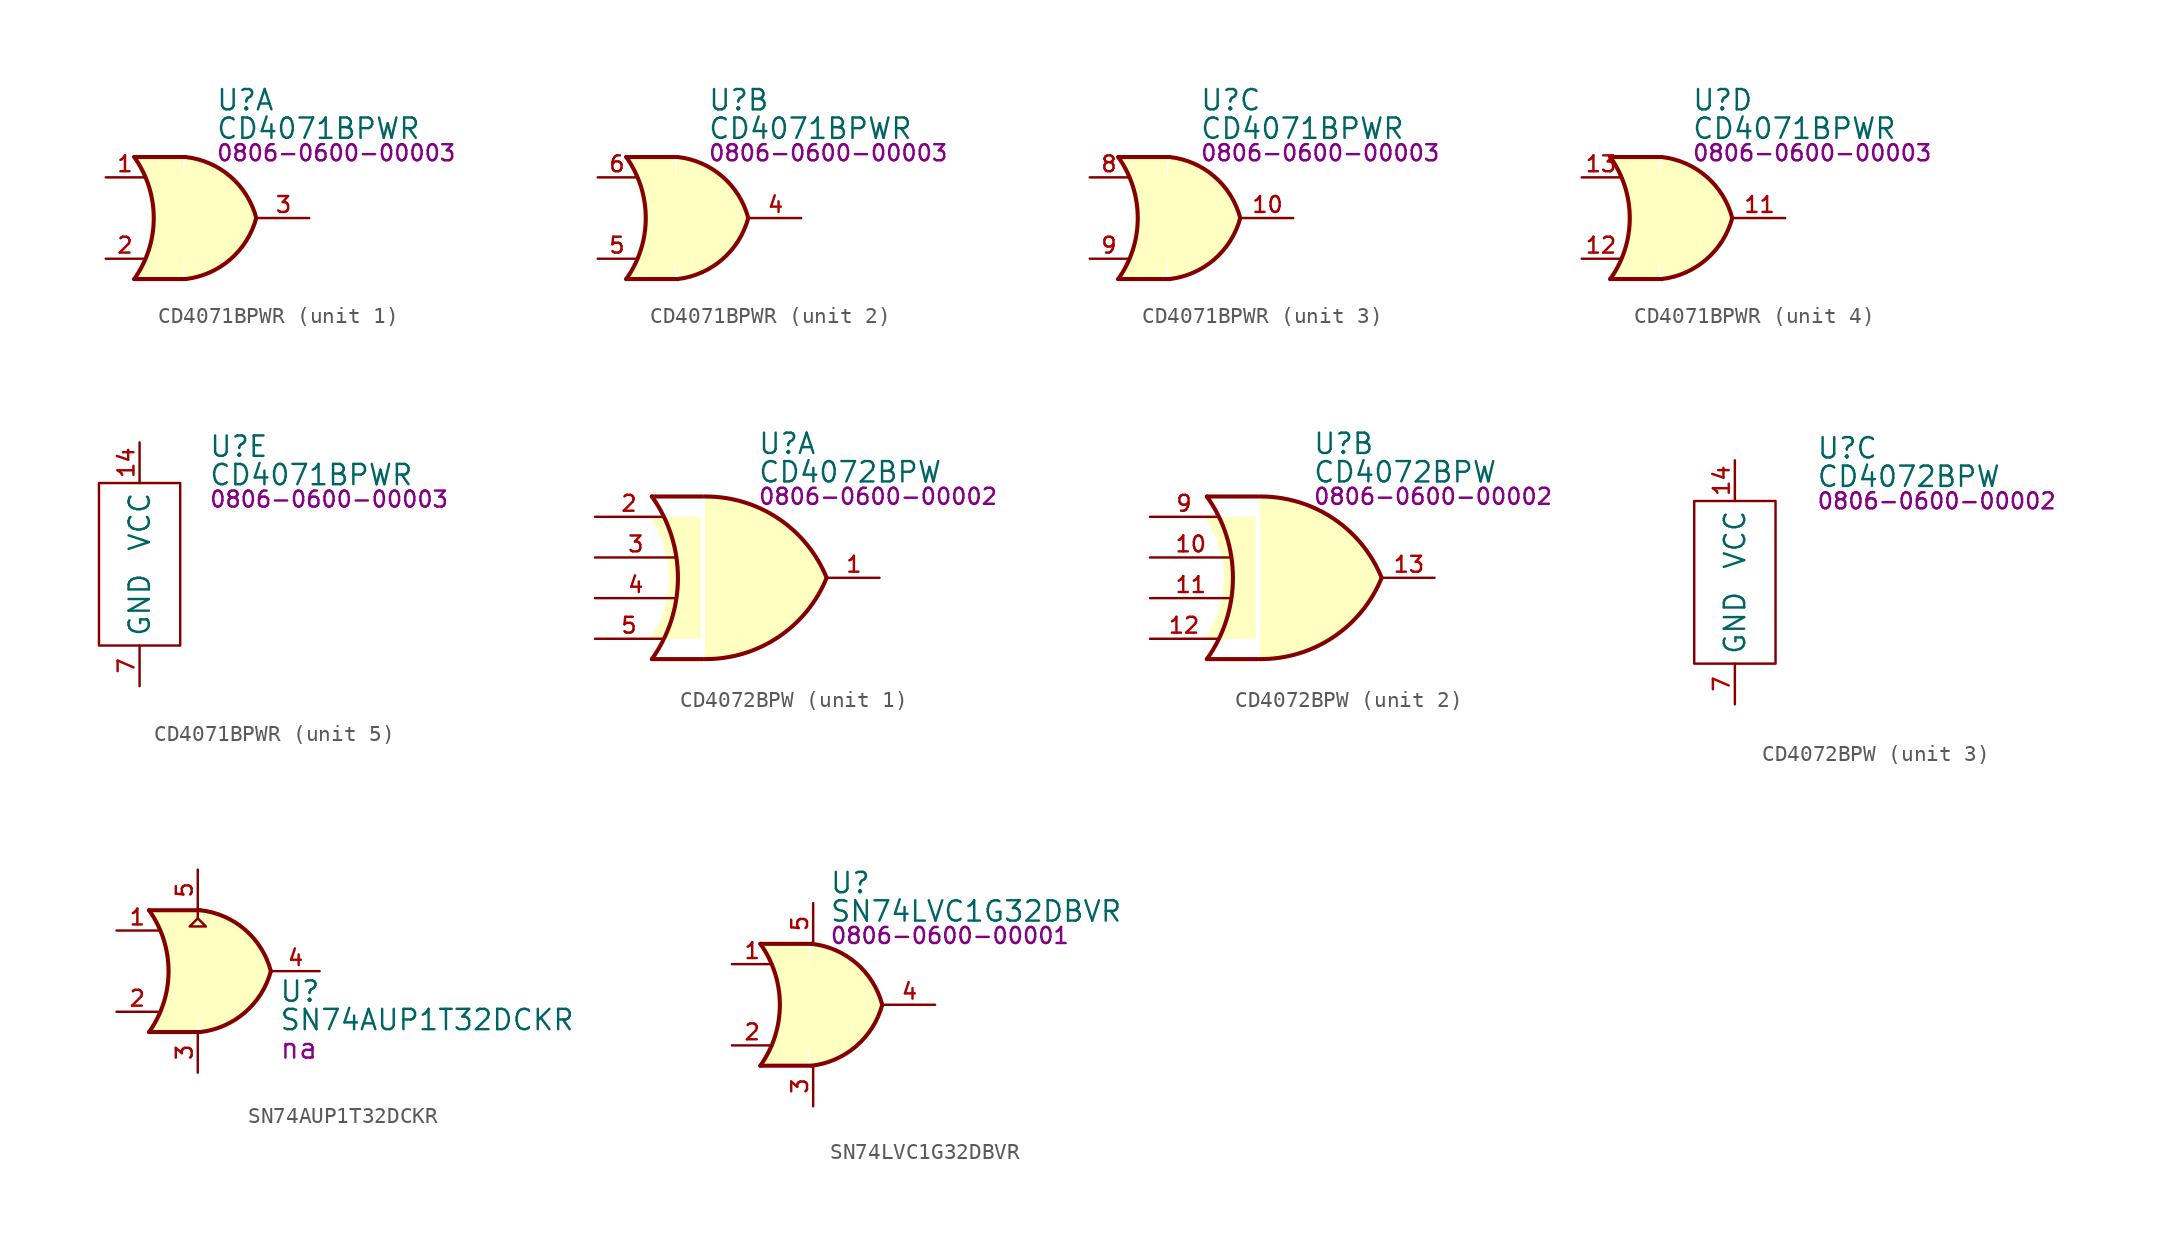
<source format=kicad_sym>
(kicad_symbol_lib
  (version 20231120)
  (generator "kicad_symbol_editor")
  (generator_version "8.0")
  (symbol "CD4071BPWR"
    (property "Reference" "U"
      (at 4.318 7.366 0)
      (effects (font (size 1.27 1.27)) (justify left)))
    (property "Value" "CD4071BPWR"
      (at 4.318 5.588 0)
      (effects (font (size 1.27 1.27)) (justify left)))
    (property "PartNumber" "0806-0600-00003"
      (at 4.318 4.064 0)
      (effects (font (size 1 1)) (justify left)))
    (property "ki_locked" ""
      (at 0 0 0)
      (effects (font (size 1.27 1.27))))
    (symbol "CD4071BPWR_1_0"
      (pin input line (at -2.54 2.54 0) (length 2.4) (name "1A" (effects (font (size 0 0)))) (number "1" (effects (font (size 0.991 0.991)))))
      (pin input line (at -2.54 -2.54 0) (length 2.4) (name "1B" (effects (font (size 0 0)))) (number "2" (effects (font (size 0.991 0.991)))))
      (pin output line (at 10.16 0 180) (length 3.2) (name "1Y" (effects (font (size 0 0)))) (number "3" (effects (font (size 0.991 0.991))))))
    (symbol "CD4071BPWR_1_1"
      (arc (start -0.7622 -3.81) (mid 0.4588 0) (end -0.7622 3.81) (stroke (width 0.254) (type default)) (fill (type none)))
      (polyline (pts (xy -0.762 -3.81) (xy 2.413 -3.81)) (stroke (width 0.254) (type default)) (fill (type background)))
      (polyline (pts (xy -0.762 3.81) (xy 2.413 3.81)) (stroke (width 0.254) (type default)) (fill (type background)))
      (polyline (pts (xy 2.286 3.81) (xy -0.889 3.81) (xy -0.889 3.81) (xy -0.635 3.404) (xy -0.102 2.261) (xy 0.229 1.041) (xy 0.305 -0.254) (xy 0.152 -1.499) (xy -0.254 -2.718) (xy -0.889 -3.81) (xy -0.889 -3.81) (xy 2.286 -3.81)) (stroke (width -25.4) (type default)) (fill (type background)))
      (arc (start 2.4382 -3.81) (mid 5.2333 -2.584) (end 6.8578 0) (stroke (width 0.254) (type default)) (fill (type background)))
      (arc (start 6.8578 0) (mid 5.2406 2.5925) (end 2.4382 3.81) (stroke (width 0.254) (type default)) (fill (type background))))
    (symbol "CD4071BPWR_2_0"
      (pin output line (at 10.16 0 180) (length 3.2) (name "2Y" (effects (font (size 0 0)))) (number "4" (effects (font (size 0.991 0.991)))))
      (pin input line (at -2.54 -2.54 0) (length 2.4) (name "2B" (effects (font (size 0 0)))) (number "5" (effects (font (size 0.991 0.991)))))
      (pin input line (at -2.54 2.54 0) (length 2.4) (name "2A" (effects (font (size 0 0)))) (number "6" (effects (font (size 0.991 0.991))))))
    (symbol "CD4071BPWR_2_1"
      (arc (start -0.7622 -3.81) (mid 0.4588 0) (end -0.7622 3.81) (stroke (width 0.254) (type default)) (fill (type none)))
      (polyline (pts (xy -0.762 -3.81) (xy 2.413 -3.81)) (stroke (width 0.254) (type default)) (fill (type background)))
      (polyline (pts (xy -0.762 3.81) (xy 2.413 3.81)) (stroke (width 0.254) (type default)) (fill (type background)))
      (polyline (pts (xy 2.286 3.81) (xy -0.889 3.81) (xy -0.889 3.81) (xy -0.635 3.404) (xy -0.102 2.261) (xy 0.229 1.041) (xy 0.305 -0.254) (xy 0.152 -1.499) (xy -0.254 -2.718) (xy -0.889 -3.81) (xy -0.889 -3.81) (xy 2.286 -3.81)) (stroke (width -25.4) (type default)) (fill (type background)))
      (arc (start 2.4382 -3.81) (mid 5.2333 -2.584) (end 6.8578 0) (stroke (width 0.254) (type default)) (fill (type background)))
      (arc (start 6.8578 0) (mid 5.2406 2.5925) (end 2.4382 3.81) (stroke (width 0.254) (type default)) (fill (type background))))
    (symbol "CD4071BPWR_3_0"
      (pin output line (at 10.16 0 180) (length 3.2) (name "3Y" (effects (font (size 0 0)))) (number "10" (effects (font (size 0.991 0.991)))))
      (pin input line (at -2.54 2.54 0) (length 2.4) (name "3A" (effects (font (size 0 0)))) (number "8" (effects (font (size 0.991 0.991)))))
      (pin input line (at -2.54 -2.54 0) (length 2.4) (name "3B" (effects (font (size 0 0)))) (number "9" (effects (font (size 0.991 0.991))))))
    (symbol "CD4071BPWR_3_1"
      (arc (start -0.7622 -3.81) (mid 0.4588 0) (end -0.7622 3.81) (stroke (width 0.254) (type default)) (fill (type none)))
      (polyline (pts (xy -0.762 -3.81) (xy 2.413 -3.81)) (stroke (width 0.254) (type default)) (fill (type background)))
      (polyline (pts (xy -0.762 3.81) (xy 2.413 3.81)) (stroke (width 0.254) (type default)) (fill (type background)))
      (polyline (pts (xy 2.286 3.81) (xy -0.889 3.81) (xy -0.889 3.81) (xy -0.635 3.404) (xy -0.102 2.261) (xy 0.229 1.041) (xy 0.305 -0.254) (xy 0.152 -1.499) (xy -0.254 -2.718) (xy -0.889 -3.81) (xy -0.889 -3.81) (xy 2.286 -3.81)) (stroke (width -25.4) (type default)) (fill (type background)))
      (arc (start 2.4382 -3.81) (mid 5.2333 -2.584) (end 6.8578 0) (stroke (width 0.254) (type default)) (fill (type background)))
      (arc (start 6.8578 0) (mid 5.2406 2.5925) (end 2.4382 3.81) (stroke (width 0.254) (type default)) (fill (type background))))
    (symbol "CD4071BPWR_4_0"
      (pin output line (at 10.16 0 180) (length 3.2) (name "4Y" (effects (font (size 0 0)))) (number "11" (effects (font (size 0.991 0.991)))))
      (pin input line (at -2.54 -2.54 0) (length 2.4) (name "4B" (effects (font (size 0 0)))) (number "12" (effects (font (size 0.991 0.991)))))
      (pin input line (at -2.54 2.54 0) (length 2.4) (name "4A" (effects (font (size 0 0)))) (number "13" (effects (font (size 0.991 0.991))))))
    (symbol "CD4071BPWR_4_1"
      (arc (start -0.7622 -3.81) (mid 0.4588 0) (end -0.7622 3.81) (stroke (width 0.254) (type default)) (fill (type none)))
      (polyline (pts (xy -0.762 -3.81) (xy 2.413 -3.81)) (stroke (width 0.254) (type default)) (fill (type background)))
      (polyline (pts (xy -0.762 3.81) (xy 2.413 3.81)) (stroke (width 0.254) (type default)) (fill (type background)))
      (polyline (pts (xy 2.286 3.81) (xy -0.889 3.81) (xy -0.889 3.81) (xy -0.635 3.404) (xy -0.102 2.261) (xy 0.229 1.041) (xy 0.305 -0.254) (xy 0.152 -1.499) (xy -0.254 -2.718) (xy -0.889 -3.81) (xy -0.889 -3.81) (xy 2.286 -3.81)) (stroke (width -25.4) (type default)) (fill (type background)))
      (arc (start 2.4382 -3.81) (mid 5.2333 -2.584) (end 6.8578 0) (stroke (width 0.254) (type default)) (fill (type background)))
      (arc (start 6.8578 0) (mid 5.2406 2.5925) (end 2.4382 3.81) (stroke (width 0.254) (type default)) (fill (type background))))
    (symbol "CD4071BPWR_5_0"
      (pin power_in line (at 0 7.62 270) (length 2.54) (name "VCC" (effects (font (size 1.27 1.27)))) (number "14" (effects (font (size 0.991 0.991)))))
      (pin power_in line (at 0 -7.62 90) (length 2.54) (name "GND" (effects (font (size 1.27 1.27)))) (number "7" (effects (font (size 0.991 0.991))))))
    (symbol "CD4071BPWR_5_1"
      (rectangle (start -2.54 5.08) (end 2.54 -5.08) (stroke (width 0) (type default)) (fill (type none)))))
  (symbol "CD4072BPW"
    (property "Reference" "U"
      (at 5.08 8.382 0)
      (effects (font (size 1.27 1.27)) (justify left)))
    (property "Value" "CD4072BPW"
      (at 5.08 6.604 0)
      (effects (font (size 1.27 1.27)) (justify left)))
    (property "PartNumber" "0806-0600-00002"
      (at 5.08 5.08 0)
      (effects (font (size 1 1)) (justify left)))
    (property "ki_locked" ""
      (at 0 0 0)
      (effects (font (size 1.27 1.27))))
    (symbol "CD4072BPW_0_0"
      (pin no_connect line (at 2.54 0 0) (length 2.54) hide (name "NC" (effects (font (size 1.27 1.27)))) (number "6" (effects (font (size 0.991 0.991)))))
      (pin no_connect line (at 2.54 0 0) (length 2.54) hide (name "NC" (effects (font (size 1.27 1.27)))) (number "8" (effects (font (size 0.991 0.991))))))
    (symbol "CD4072BPW_1_0"
      (pin output line (at 12.7 0 180) (length 3.2) (name "1Y" (effects (font (size 0 0)))) (number "1" (effects (font (size 0.991 0.991)))))
      (pin input line (at -5.08 3.81 0) (length 4.25) (name "1A" (effects (font (size 0 0)))) (number "2" (effects (font (size 0.991 0.991)))))
      (pin input line (at -5.08 1.27 0) (length 5.1) (name "1B" (effects (font (size 0 0)))) (number "3" (effects (font (size 0.991 0.991)))))
      (pin input line (at -5.08 -1.27 0) (length 5.1) (name "1C" (effects (font (size 0 0)))) (number "4" (effects (font (size 0.991 0.991)))))
      (pin input line (at -5.08 -3.81 0) (length 4.25) (name "1D" (effects (font (size 0 0)))) (number "5" (effects (font (size 0.991 0.991))))))
    (symbol "CD4072BPW_1_1"
      (arc (start -1.5241 -5.0799) (mid 0.1038 0.0001) (end -1.5243 5.0801) (stroke (width 0.254) (type default)) (fill (type none)))
      (polyline (pts (xy -1.524 -5.08) (xy 1.651 -5.08)) (stroke (width 0.254) (type default)) (fill (type background)))
      (polyline (pts (xy -1.524 5.08) (xy 1.651 5.08)) (stroke (width 0.254) (type default)) (fill (type background)))
      (polyline (pts (xy 1.524 3.81) (xy -1.651 3.81) (xy -1.651 3.81) (xy -1.397 3.404) (xy -0.864 2.261) (xy -0.533 1.041) (xy -0.457 -0.254) (xy -0.61 -1.499) (xy -1.016 -2.718) (xy -1.651 -3.81) (xy -1.651 -3.81) (xy 1.524 -3.81)) (stroke (width -25.4) (type default)) (fill (type background)))
      (arc (start 1.778 -5.08) (mid 6.3685 -3.7108) (end 9.398 0) (stroke (width 0.254) (type default)) (fill (type background)))
      (arc (start 9.398 0) (mid 6.3686 3.7108) (end 1.778 5.08) (stroke (width 0.254) (type default)) (fill (type background))))
    (symbol "CD4072BPW_2_0"
      (pin input line (at -5.08 1.27 0) (length 5.1) (name "2B" (effects (font (size 0 0)))) (number "10" (effects (font (size 0.991 0.991)))))
      (pin input line (at -5.08 -1.27 0) (length 5.1) (name "2C" (effects (font (size 0 0)))) (number "11" (effects (font (size 0.991 0.991)))))
      (pin input line (at -5.08 -3.81 0) (length 4.25) (name "2D" (effects (font (size 0 0)))) (number "12" (effects (font (size 0.991 0.991)))))
      (pin output line (at 12.7 0 180) (length 3.2) (name "2Y" (effects (font (size 0 0)))) (number "13" (effects (font (size 0.991 0.991)))))
      (pin input line (at -5.08 3.81 0) (length 4.25) (name "2A" (effects (font (size 0 0)))) (number "9" (effects (font (size 0.991 0.991))))))
    (symbol "CD4072BPW_2_1"
      (arc (start -1.5241 -5.0799) (mid 0.1038 0.0001) (end -1.5243 5.0801) (stroke (width 0.254) (type default)) (fill (type none)))
      (polyline (pts (xy -1.524 -5.08) (xy 1.651 -5.08)) (stroke (width 0.254) (type default)) (fill (type background)))
      (polyline (pts (xy -1.524 5.08) (xy 1.651 5.08)) (stroke (width 0.254) (type default)) (fill (type background)))
      (polyline (pts (xy 1.524 3.81) (xy -1.651 3.81) (xy -1.651 3.81) (xy -1.397 3.404) (xy -0.864 2.261) (xy -0.533 1.041) (xy -0.457 -0.254) (xy -0.61 -1.499) (xy -1.016 -2.718) (xy -1.651 -3.81) (xy -1.651 -3.81) (xy 1.524 -3.81)) (stroke (width -25.4) (type default)) (fill (type background)))
      (arc (start 1.778 -5.08) (mid 6.3685 -3.7108) (end 9.398 0) (stroke (width 0.254) (type default)) (fill (type background)))
      (arc (start 9.398 0) (mid 6.3686 3.7108) (end 1.778 5.08) (stroke (width 0.254) (type default)) (fill (type background))))
    (symbol "CD4072BPW_3_0"
      (pin power_in line (at 0 7.62 270) (length 2.54) (name "VCC" (effects (font (size 1.27 1.27)))) (number "14" (effects (font (size 0.991 0.991)))))
      (pin power_in line (at 0 -7.62 90) (length 2.54) (name "GND" (effects (font (size 1.27 1.27)))) (number "7" (effects (font (size 0.991 0.991))))))
    (symbol "CD4072BPW_3_1"
      (rectangle (start -2.54 5.08) (end 2.54 -5.08) (stroke (width 0) (type default)) (fill (type none)))))
  (symbol "SN74AUP1T32DCKR"
    (property "Reference" "U"
      (at 7.62 -1.27 0)
      (effects (font (size 1.27 1.27)) (justify left)))
    (property "Value" "SN74AUP1T32DCKR"
      (at 7.62 -3.048 0)
      (effects (font (size 1.27 1.27)) (justify left)))
    (property "PartNumber" "na"
      (at 7.62 -4.826 0)
      (effects (font (size 1.27 1.27)) (justify left)))
    (symbol "SN74AUP1T32DCKR_0_0"
      (pin input line (at -2.54 2.54 0) (length 2.6) (name "A" (effects (font (size 0 0)))) (number "1" (effects (font (size 0.991 0.991)))))
      (pin input line (at -2.54 -2.54 0) (length 2.6) (name "B" (effects (font (size 0 0)))) (number "2" (effects (font (size 0.991 0.991)))))
      (pin power_in line (at 2.54 -6.35 90) (length 2.54) (name "GND" (effects (font (size 0 0)))) (number "3" (effects (font (size 0.991 0.991)))))
      (pin output line (at 10.16 0 180) (length 3) (name "OUT" (effects (font (size 0 0)))) (number "4" (effects (font (size 0.991 0.991)))))
      (pin power_in line (at 2.54 6.35 270) (length 2.54) (name "VCC" (effects (font (size 0 0)))) (number "5" (effects (font (size 0.991 0.991))))))
    (symbol "SN74AUP1T32DCKR_0_1"
      (polyline (pts (xy 2.54 3.81) (xy 2.54 3.302) (xy 3.048 2.794) (xy 2.032 2.794) (xy 2.54 3.302)) (stroke (width 0) (type default)) (fill (type none))))
    (symbol "SN74AUP1T32DCKR_1_1"
      (arc (start -0.5082 -3.81) (mid 0.7128 0) (end -0.5082 3.81) (stroke (width 0.254) (type default)) (fill (type none)))
      (polyline (pts (xy -0.508 -3.81) (xy 2.667 -3.81)) (stroke (width 0.254) (type default)) (fill (type background)))
      (polyline (pts (xy -0.508 3.81) (xy 2.667 3.81)) (stroke (width 0.254) (type default)) (fill (type background)))
      (polyline (pts (xy 2.54 3.81) (xy -0.635 3.81) (xy -0.635 3.81) (xy -0.381 3.404) (xy 0.152 2.261) (xy 0.483 1.041) (xy 0.559 -0.254) (xy 0.406 -1.499) (xy 0 -2.718) (xy -0.635 -3.81) (xy -0.635 -3.81) (xy 2.54 -3.81)) (stroke (width -25.4) (type default)) (fill (type background)))
      (arc (start 2.6922 -3.81) (mid 5.4873 -2.584) (end 7.1118 0) (stroke (width 0.254) (type default)) (fill (type background)))
      (arc (start 7.1118 0) (mid 5.4946 2.5925) (end 2.6922 3.81) (stroke (width 0.254) (type default)) (fill (type background)))))
  (symbol "SN74LVC1G32DBVR"
    (pin_names hide)
    (property "Reference" "U"
      (at 3.556 7.62 0)
      (effects (font (size 1.27 1.27)) (justify left)))
    (property "Value" "SN74LVC1G32DBVR"
      (at 3.556 5.842 0)
      (effects (font (size 1.27 1.27)) (justify left)))
    (property "PartNumber" "0806-0600-00001"
      (at 3.556 4.318 0)
      (effects (font (size 1 1)) (justify left)))
    (symbol "SN74LVC1G32DBVR_0_0"
      (pin input line (at -2.54 2.54 0) (length 2.54) (name "A" (effects (font (size 1.27 1.27)))) (number "1" (effects (font (size 0.991 0.991)))))
      (pin input line (at -2.54 -2.54 0) (length 2.54) (name "B" (effects (font (size 1.27 1.27)))) (number "2" (effects (font (size 0.991 0.991)))))
      (pin power_in line (at 2.54 -6.35 90) (length 2.54) (name "GND" (effects (font (size 1.27 1.27)))) (number "3" (effects (font (size 0.991 0.991)))))
      (pin power_in line (at 2.54 6.35 270) (length 2.54) (name "VCC" (effects (font (size 1.27 1.27)))) (number "5" (effects (font (size 0.991 0.991))))))
    (symbol "SN74LVC1G32DBVR_1_0"
      (pin output line (at 10.16 0 180) (length 3.2) (name "Y" (effects (font (size 1.27 1.27)))) (number "4" (effects (font (size 0.991 0.991))))))
    (symbol "SN74LVC1G32DBVR_1_1"
      (arc (start -0.7622 -3.81) (mid 0.4588 0) (end -0.7622 3.81) (stroke (width 0.254) (type default)) (fill (type none)))
      (polyline (pts (xy -0.762 -3.81) (xy 2.413 -3.81)) (stroke (width 0.254) (type default)) (fill (type background)))
      (polyline (pts (xy -0.762 3.81) (xy 2.413 3.81)) (stroke (width 0.254) (type default)) (fill (type background)))
      (polyline (pts (xy 2.286 3.81) (xy -0.889 3.81) (xy -0.889 3.81) (xy -0.635 3.404) (xy -0.102 2.261) (xy 0.229 1.041) (xy 0.305 -0.254) (xy 0.152 -1.499) (xy -0.254 -2.718) (xy -0.889 -3.81) (xy -0.889 -3.81) (xy 2.286 -3.81)) (stroke (width -25.4) (type default)) (fill (type background)))
      (arc (start 2.4382 -3.81) (mid 5.2333 -2.584) (end 6.8578 0) (stroke (width 0.254) (type default)) (fill (type background)))
      (arc (start 6.8578 0) (mid 5.2406 2.5925) (end 2.4382 3.81) (stroke (width 0.254) (type default)) (fill (type background))))))
</source>
